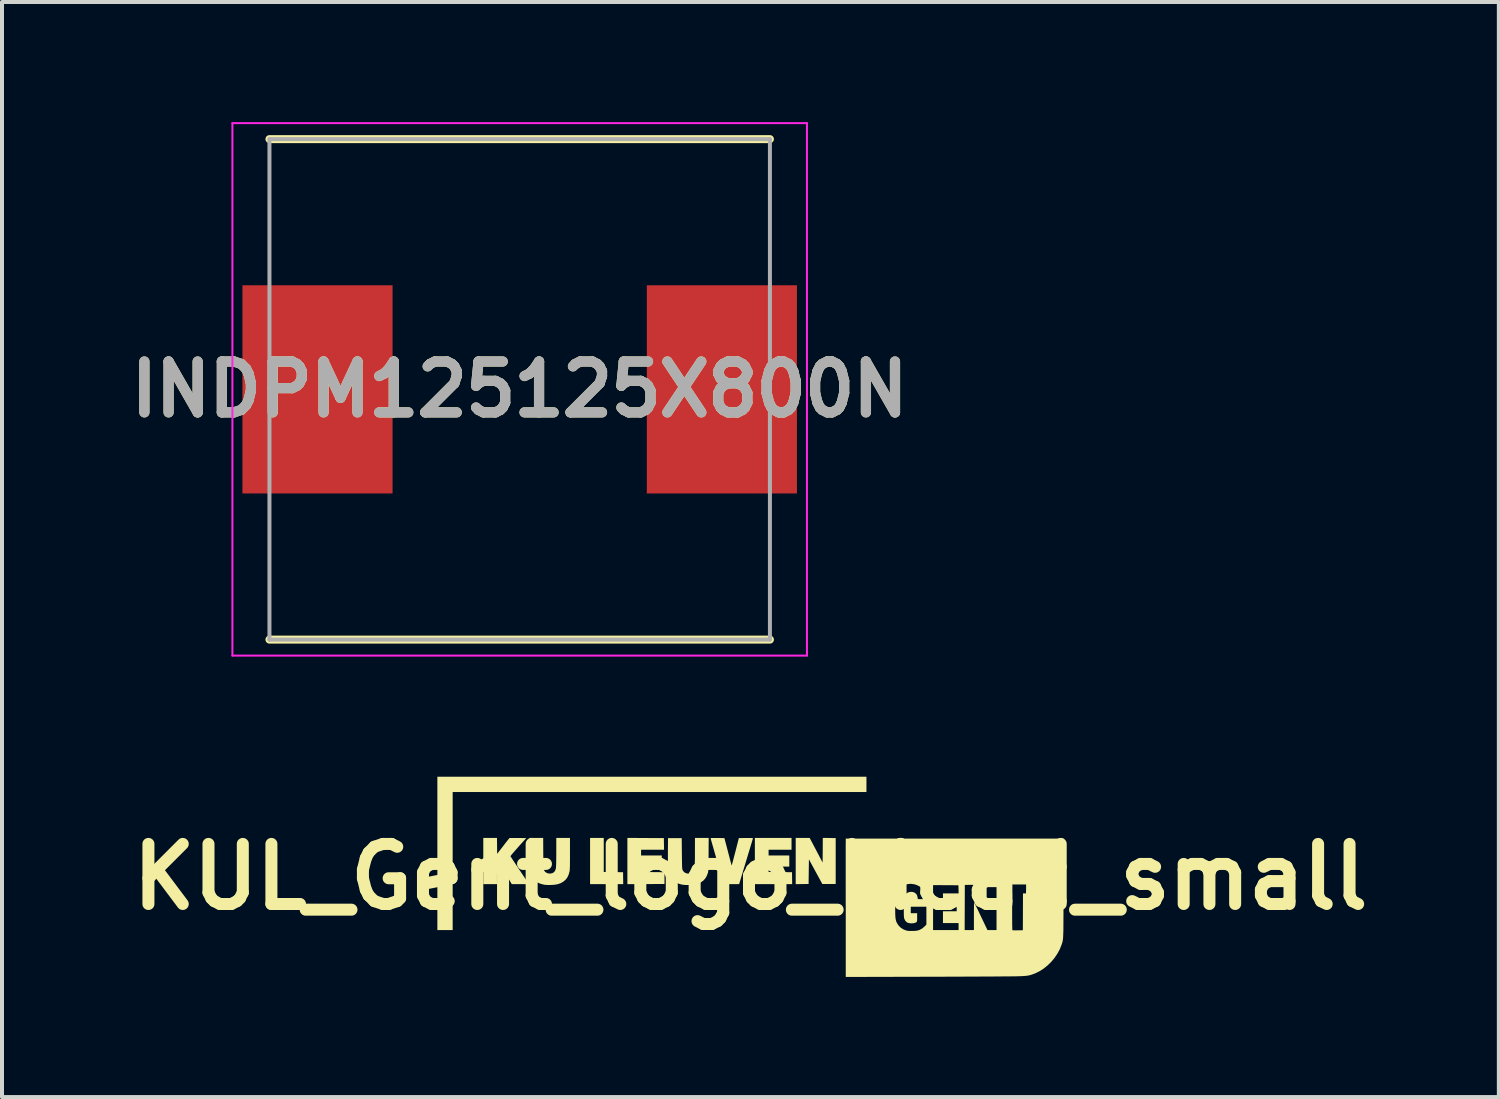
<source format=kicad_pcb>
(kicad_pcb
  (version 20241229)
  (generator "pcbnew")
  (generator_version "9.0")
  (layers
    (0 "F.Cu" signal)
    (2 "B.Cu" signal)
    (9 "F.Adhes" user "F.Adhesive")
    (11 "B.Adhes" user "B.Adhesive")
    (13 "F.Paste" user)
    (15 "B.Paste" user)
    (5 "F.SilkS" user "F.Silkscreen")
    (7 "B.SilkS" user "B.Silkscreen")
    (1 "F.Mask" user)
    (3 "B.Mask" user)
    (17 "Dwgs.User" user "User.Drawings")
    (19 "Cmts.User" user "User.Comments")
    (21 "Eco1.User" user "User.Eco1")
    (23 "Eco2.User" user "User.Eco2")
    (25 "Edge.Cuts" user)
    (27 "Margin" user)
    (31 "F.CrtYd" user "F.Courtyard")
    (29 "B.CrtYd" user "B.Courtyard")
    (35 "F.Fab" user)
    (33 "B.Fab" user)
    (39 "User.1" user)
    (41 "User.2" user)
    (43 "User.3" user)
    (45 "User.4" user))
  (footprint "KUL_Gent_logo_kicad_small"
    (layer "F.Cu")
    (at 15.693 18.85)
    (property "Reference" "KUL_Gent_logo_kicad_small" (at 0 0 0) (layer "F.SilkS") (effects (font (size 1.5 1.5) (thickness 0.3))))
    (attr board_only exclude_from_pos_files exclude_from_bom)
    (fp_poly (pts (xy -3.663 -0.546) (xy -3.663 -0.12) (xy -3.422 -0.118) (xy -3.181 -0.115) (xy -3.179 0.034) (xy -3.177 0.183) (xy -3.591 0.183) (xy -4.005 0.183) (xy -4.005 -0.394) (xy -4.005 -0.971) (xy -3.834 -0.971) (xy -3.663 -0.971)) (stroke (width 0) (type solid)) (fill yes) (layer "F.SilkS"))
    (fp_poly (pts (xy 2.898 -2.309) (xy 2.898 -2.118) (xy -2.269 -2.118) (xy -7.437 -2.118) (xy -7.437 -0.394) (xy -7.437 1.33) (xy -7.628 1.33) (xy -7.819 1.33) (xy -7.819 -0.585) (xy -7.819 -2.5) (xy -2.46 -2.5) (xy 2.898 -2.5)) (stroke (width 0) (type solid)) (fill yes) (layer "F.SilkS"))
    (fp_poly (pts (xy 1.969 -0.97) (xy 2.13 -0.967) (xy 2.13 -0.394) (xy 2.13 0.179) (xy 1.963 0.179) (xy 1.796 0.179) (xy 1.628 -0.129) (xy 1.461 -0.436) (xy 1.457 -0.129) (xy 1.453 0.179) (xy 1.292 0.181) (xy 1.131 0.183) (xy 1.131 -0.394) (xy 1.131 -0.971) (xy 1.305 -0.971) (xy 1.48 -0.971) (xy 1.642 -0.664) (xy 1.803 -0.356) (xy 1.806 -0.664) (xy 1.808 -0.972)) (stroke (width 0) (type solid)) (fill yes) (layer "F.SilkS"))
    (fp_poly (pts (xy -2.618 -0.969) (xy -2.162 -0.967) (xy -2.16 -0.822) (xy -2.157 -0.677) (xy -2.444 -0.677) (xy -2.731 -0.677) (xy -2.731 -0.605) (xy -2.731 -0.533) (xy -2.472 -0.533) (xy -2.214 -0.533) (xy -2.214 -0.394) (xy -2.214 -0.255) (xy -2.472 -0.255) (xy -2.731 -0.255) (xy -2.731 -0.187) (xy -2.731 -0.12) (xy -2.438 -0.118) (xy -2.146 -0.115) (xy -2.146 0.032) (xy -2.146 0.179) (xy -2.61 0.181) (xy -3.073 0.183) (xy -3.073 -0.394) (xy -3.073 -0.972)) (stroke (width 0) (type solid)) (fill yes) (layer "F.SilkS"))
    (fp_poly (pts (xy 1.027 -0.824) (xy 1.027 -0.677) (xy 0.741 -0.677) (xy 0.454 -0.677) (xy 0.454 -0.605) (xy 0.454 -0.533) (xy 0.713 -0.533) (xy 0.971 -0.533) (xy 0.971 -0.394) (xy 0.971 -0.255) (xy 0.713 -0.255) (xy 0.454 -0.255) (xy 0.454 -0.187) (xy 0.454 -0.12) (xy 0.746 -0.118) (xy 1.039 -0.115) (xy 1.041 0.034) (xy 1.043 0.183) (xy 0.577 0.183) (xy 0.111 0.183) (xy 0.111 -0.394) (xy 0.111 -0.971) (xy 0.569 -0.971) (xy 1.027 -0.971)) (stroke (width 0) (type solid)) (fill yes) (layer "F.SilkS"))
    (fp_poly (pts (xy 0.021 -0.97) (xy 0.042 -0.969) (xy 0.055 -0.967) (xy 0.061 -0.965) (xy 0.062 -0.961) (xy 0.062 -0.958) (xy 0.059 -0.948) (xy 0.052 -0.924) (xy 0.041 -0.888) (xy 0.027 -0.839) (xy 0.009 -0.781) (xy -0.011 -0.713) (xy -0.034 -0.638) (xy -0.059 -0.556) (xy -0.085 -0.468) (xy -0.112 -0.38) (xy -0.282 0.183) (xy -0.474 0.183) (xy -0.665 0.183) (xy -0.83 -0.388) (xy -0.857 -0.48) (xy -0.882 -0.568) (xy -0.906 -0.65) (xy -0.927 -0.725) (xy -0.947 -0.793) (xy -0.963 -0.851) (xy -0.977 -0.898) (xy -0.987 -0.934) (xy -0.993 -0.957) (xy -0.995 -0.966) (xy -0.995 -0.966) (xy -0.988 -0.967) (xy -0.967 -0.969) (xy -0.934 -0.97) (xy -0.892 -0.97) (xy -0.844 -0.97) (xy -0.822 -0.97) (xy -0.65 -0.967) (xy -0.56 -0.627) (xy -0.542 -0.556) (xy -0.524 -0.489) (xy -0.509 -0.43) (xy -0.495 -0.378) (xy -0.484 -0.336) (xy -0.475 -0.305) (xy -0.47 -0.287) (xy -0.468 -0.283) (xy -0.466 -0.289) (xy -0.46 -0.31) (xy -0.451 -0.343) (xy -0.439 -0.387) (xy -0.425 -0.44) (xy -0.409 -0.501) (xy -0.391 -0.569) (xy -0.377 -0.623) (xy -0.289 -0.967) (xy -0.112 -0.97) (xy -0.054 -0.97) (xy -0.011 -0.97)) (stroke (width 0) (type solid)) (fill yes) (layer "F.SilkS"))
    (fp_poly (pts (xy -6.328 -0.773) (xy -6.326 -0.574) (xy -6.175 -0.769) (xy -6.138 -0.818) (xy -6.103 -0.862) (xy -6.073 -0.901) (xy -6.047 -0.932) (xy -6.029 -0.955) (xy -6.018 -0.967) (xy -6.016 -0.968) (xy -6.006 -0.969) (xy -5.982 -0.97) (xy -5.947 -0.97) (xy -5.903 -0.97) (xy -5.851 -0.97) (xy -5.803 -0.97) (xy -5.599 -0.967) (xy -5.798 -0.746) (xy -5.846 -0.691) (xy -5.889 -0.642) (xy -5.926 -0.599) (xy -5.956 -0.564) (xy -5.978 -0.537) (xy -5.99 -0.52) (xy -5.993 -0.514) (xy -5.988 -0.505) (xy -5.975 -0.485) (xy -5.954 -0.454) (xy -5.928 -0.413) (xy -5.896 -0.365) (xy -5.859 -0.309) (xy -5.819 -0.249) (xy -5.776 -0.184) (xy -5.767 -0.17) (xy -5.723 -0.104) (xy -5.682 -0.043) (xy -5.645 0.013) (xy -5.611 0.063) (xy -5.583 0.106) (xy -5.562 0.139) (xy -5.547 0.161) (xy -5.539 0.172) (xy -5.539 0.173) (xy -5.54 0.176) (xy -5.549 0.179) (xy -5.567 0.18) (xy -5.595 0.182) (xy -5.635 0.183) (xy -5.688 0.183) (xy -5.746 0.183) (xy -5.96 0.183) (xy -6.095 -0.04) (xy -6.128 -0.093) (xy -6.158 -0.142) (xy -6.185 -0.184) (xy -6.207 -0.219) (xy -6.223 -0.244) (xy -6.233 -0.258) (xy -6.235 -0.26) (xy -6.242 -0.254) (xy -6.257 -0.239) (xy -6.277 -0.217) (xy -6.285 -0.208) (xy -6.33 -0.157) (xy -6.33 0.013) (xy -6.33 0.183) (xy -6.501 0.183) (xy -6.672 0.183) (xy -6.672 -0.394) (xy -6.672 -0.971) (xy -6.501 -0.971) (xy -6.33 -0.971)) (stroke (width 0) (type solid)) (fill yes) (layer "F.SilkS"))
    (fp_poly (pts (xy -5.174 -0.587) (xy -5.173 -0.498) (xy -5.173 -0.424) (xy -5.172 -0.363) (xy -5.171 -0.313) (xy -5.17 -0.274) (xy -5.169 -0.243) (xy -5.167 -0.219) (xy -5.165 -0.202) (xy -5.163 -0.188) (xy -5.16 -0.178) (xy -5.157 -0.169) (xy -5.131 -0.129) (xy -5.095 -0.101) (xy -5.051 -0.085) (xy -5 -0.081) (xy -4.99 -0.082) (xy -4.942 -0.094) (xy -4.906 -0.117) (xy -4.879 -0.151) (xy -4.862 -0.198) (xy -4.858 -0.218) (xy -4.856 -0.24) (xy -4.854 -0.277) (xy -4.852 -0.328) (xy -4.851 -0.392) (xy -4.85 -0.468) (xy -4.849 -0.555) (xy -4.849 -0.62) (xy -4.849 -0.971) (xy -4.678 -0.971) (xy -4.507 -0.971) (xy -4.507 -0.582) (xy -4.507 -0.487) (xy -4.507 -0.407) (xy -4.508 -0.34) (xy -4.508 -0.285) (xy -4.51 -0.239) (xy -4.511 -0.203) (xy -4.513 -0.174) (xy -4.515 -0.151) (xy -4.518 -0.133) (xy -4.519 -0.131) (xy -4.541 -0.051) (xy -4.574 0.018) (xy -4.619 0.076) (xy -4.676 0.123) (xy -4.745 0.161) (xy -4.809 0.183) (xy -4.853 0.192) (xy -4.907 0.199) (xy -4.967 0.203) (xy -5.029 0.205) (xy -5.088 0.203) (xy -5.139 0.199) (xy -5.157 0.196) (xy -5.242 0.174) (xy -5.314 0.144) (xy -5.375 0.105) (xy -5.424 0.056) (xy -5.464 -0.004) (xy -5.469 -0.013) (xy -5.479 -0.035) (xy -5.488 -0.055) (xy -5.495 -0.077) (xy -5.501 -0.101) (xy -5.506 -0.128) (xy -5.51 -0.161) (xy -5.513 -0.2) (xy -5.515 -0.248) (xy -5.517 -0.305) (xy -5.517 -0.373) (xy -5.518 -0.454) (xy -5.518 -0.549) (xy -5.518 -0.577) (xy -5.518 -0.971) (xy -5.347 -0.971) (xy -5.176 -0.971)) (stroke (width 0) (type solid)) (fill yes) (layer "F.SilkS"))
    (fp_poly (pts (xy -1.045 -0.559) (xy -1.046 -0.466) (xy -1.046 -0.387) (xy -1.047 -0.321) (xy -1.048 -0.267) (xy -1.049 -0.223) (xy -1.051 -0.188) (xy -1.052 -0.161) (xy -1.054 -0.139) (xy -1.057 -0.122) (xy -1.059 -0.108) (xy -1.062 -0.1) (xy -1.09 -0.022) (xy -1.129 0.043) (xy -1.178 0.096) (xy -1.238 0.139) (xy -1.31 0.171) (xy -1.34 0.181) (xy -1.388 0.192) (xy -1.448 0.2) (xy -1.513 0.204) (xy -1.58 0.205) (xy -1.643 0.203) (xy -1.698 0.196) (xy -1.708 0.195) (xy -1.783 0.175) (xy -1.851 0.145) (xy -1.911 0.106) (xy -1.96 0.061) (xy -1.978 0.037) (xy -1.996 0.01) (xy -2.01 -0.017) (xy -2.023 -0.046) (xy -2.033 -0.078) (xy -2.042 -0.115) (xy -2.049 -0.158) (xy -2.054 -0.208) (xy -2.057 -0.267) (xy -2.06 -0.337) (xy -2.061 -0.417) (xy -2.061 -0.511) (xy -2.061 -0.619) (xy -2.061 -0.629) (xy -2.058 -0.967) (xy -1.887 -0.967) (xy -1.716 -0.967) (xy -1.712 -0.581) (xy -1.711 -0.493) (xy -1.71 -0.419) (xy -1.709 -0.358) (xy -1.708 -0.309) (xy -1.707 -0.27) (xy -1.706 -0.239) (xy -1.704 -0.216) (xy -1.703 -0.199) (xy -1.7 -0.187) (xy -1.697 -0.177) (xy -1.694 -0.169) (xy -1.69 -0.162) (xy -1.661 -0.122) (xy -1.623 -0.096) (xy -1.576 -0.082) (xy -1.526 -0.082) (xy -1.482 -0.093) (xy -1.448 -0.114) (xy -1.422 -0.145) (xy -1.404 -0.19) (xy -1.393 -0.248) (xy -1.393 -0.249) (xy -1.391 -0.272) (xy -1.39 -0.308) (xy -1.389 -0.356) (xy -1.387 -0.413) (xy -1.386 -0.478) (xy -1.386 -0.548) (xy -1.386 -0.621) (xy -1.386 -0.643) (xy -1.385 -0.971) (xy -1.214 -0.971) (xy -1.042 -0.971)) (stroke (width 0) (type solid)) (fill yes) (layer "F.SilkS"))
    (fp_poly (pts (xy 7.819 0.266) (xy 7.819 0.433) (xy 7.819 0.585) (xy 7.819 0.723) (xy 7.819 0.848) (xy 7.819 0.959) (xy 7.818 1.059) (xy 7.818 1.148) (xy 7.817 1.226) (xy 7.817 1.295) (xy 7.816 1.355) (xy 7.814 1.407) (xy 7.813 1.451) (xy 7.811 1.49) (xy 7.809 1.523) (xy 7.807 1.551) (xy 7.804 1.575) (xy 7.8 1.596) (xy 7.797 1.614) (xy 7.793 1.631) (xy 7.788 1.647) (xy 7.783 1.663) (xy 7.777 1.68) (xy 7.771 1.698) (xy 7.726 1.811) (xy 7.666 1.921) (xy 7.596 2.025) (xy 7.514 2.123) (xy 7.424 2.211) (xy 7.327 2.29) (xy 7.225 2.356) (xy 7.119 2.408) (xy 7.114 2.41) (xy 7.069 2.428) (xy 7.028 2.442) (xy 6.99 2.454) (xy 6.951 2.463) (xy 6.91 2.47) (xy 6.863 2.475) (xy 6.808 2.479) (xy 6.742 2.482) (xy 6.665 2.484) (xy 6.635 2.485) (xy 6.591 2.485) (xy 6.533 2.486) (xy 6.461 2.487) (xy 6.376 2.487) (xy 6.279 2.488) (xy 6.17 2.489) (xy 6.052 2.49) (xy 5.923 2.49) (xy 5.786 2.491) (xy 5.64 2.492) (xy 5.487 2.492) (xy 5.327 2.493) (xy 5.162 2.494) (xy 4.992 2.494) (xy 4.817 2.495) (xy 4.638 2.495) (xy 4.457 2.496) (xy 4.405 2.496) (xy 2.381 2.501) (xy 2.381 0.792) (xy 3.616 0.792) (xy 3.616 0.865) (xy 3.617 0.925) (xy 3.619 0.975) (xy 3.622 1.016) (xy 3.626 1.05) (xy 3.632 1.079) (xy 3.639 1.105) (xy 3.648 1.129) (xy 3.659 1.152) (xy 3.697 1.212) (xy 3.747 1.264) (xy 3.807 1.306) (xy 3.874 1.335) (xy 3.925 1.348) (xy 3.953 1.351) (xy 3.991 1.352) (xy 4.035 1.352) (xy 4.08 1.351) (xy 4.121 1.349) (xy 4.153 1.346) (xy 4.161 1.345) (xy 4.227 1.325) (xy 4.288 1.292) (xy 4.345 1.244) (xy 4.345 1.244) (xy 4.395 1.195) (xy 4.395 0.972) (xy 4.395 0.748) (xy 4.2 0.748) (xy 4.005 0.748) (xy 4.005 0.828) (xy 4.005 0.908) (xy 4.085 0.908) (xy 4.164 0.908) (xy 4.164 1.011) (xy 4.164 1.054) (xy 4.163 1.085) (xy 4.161 1.105) (xy 4.157 1.118) (xy 4.152 1.127) (xy 4.149 1.13) (xy 4.121 1.147) (xy 4.079 1.158) (xy 4.024 1.162) (xy 4.017 1.162) (xy 3.96 1.157) (xy 3.914 1.14) (xy 3.879 1.111) (xy 3.853 1.07) (xy 3.841 1.039) (xy 3.838 1.024) (xy 3.835 1.006) (xy 3.833 0.983) (xy 3.832 0.953) (xy 3.831 0.914) (xy 3.831 0.865) (xy 3.831 0.802) (xy 3.831 0.746) (xy 3.834 0.496) (xy 3.858 0.457) (xy 3.89 0.42) (xy 3.932 0.393) (xy 3.98 0.378) (xy 4.032 0.375) (xy 4.066 0.382) (xy 4.109 0.4) (xy 4.142 0.429) (xy 4.164 0.469) (xy 4.176 0.52) (xy 4.182 0.557) (xy 4.289 0.557) (xy 4.335 0.557) (xy 4.368 0.556) (xy 4.388 0.552) (xy 4.399 0.544) (xy 4.403 0.531) (xy 4.401 0.511) (xy 4.396 0.487) (xy 4.374 0.416) (xy 4.339 0.352) (xy 4.292 0.296) (xy 4.236 0.248) (xy 4.171 0.212) (xy 4.156 0.207) (xy 4.562 0.207) (xy 4.562 0.768) (xy 4.562 1.33) (xy 4.881 1.33) (xy 5.199 1.33) (xy 5.351 1.33) (xy 5.466 1.33) (xy 5.582 1.33) (xy 5.582 0.983) (xy 5.582 0.91) (xy 5.582 0.843) (xy 5.583 0.783) (xy 5.584 0.731) (xy 5.585 0.69) (xy 5.586 0.66) (xy 5.587 0.643) (xy 5.588 0.64) (xy 5.593 0.648) (xy 5.603 0.669) (xy 5.62 0.701) (xy 5.64 0.743) (xy 5.665 0.795) (xy 5.694 0.853) (xy 5.724 0.918) (xy 5.757 0.986) (xy 5.757 0.987) (xy 5.92 1.33) (xy 6.033 1.33) (xy 6.147 1.33) (xy 6.147 0.768) (xy 6.147 0.207) (xy 6.024 0.207) (xy 5.9 0.207) (xy 5.9 0.523) (xy 5.9 0.595) (xy 5.899 0.661) (xy 5.899 0.718) (xy 5.898 0.765) (xy 5.896 0.8) (xy 5.895 0.823) (xy 5.893 0.832) (xy 5.893 0.832) (xy 5.888 0.823) (xy 5.878 0.802) (xy 5.862 0.769) (xy 5.841 0.726) (xy 5.817 0.675) (xy 5.79 0.617) (xy 5.76 0.555) (xy 5.745 0.522) (xy 5.714 0.457) (xy 5.686 0.396) (xy 5.66 0.341) (xy 5.637 0.294) (xy 5.618 0.255) (xy 5.605 0.227) (xy 5.597 0.212) (xy 5.595 0.209) (xy 5.587 0.205) (xy 5.57 0.202) (xy 5.543 0.201) (xy 5.502 0.2) (xy 5.471 0.201) (xy 5.355 0.203) (xy 5.353 0.766) (xy 5.351 1.33) (xy 5.199 1.33) (xy 5.199 1.242) (xy 5.199 1.155) (xy 5.004 1.155) (xy 4.809 1.155) (xy 4.809 1.007) (xy 4.809 0.86) (xy 4.98 0.86) (xy 5.152 0.86) (xy 5.152 0.756) (xy 5.152 0.653) (xy 4.98 0.653) (xy 4.809 0.653) (xy 4.809 0.533) (xy 4.809 0.414) (xy 5.005 0.414) (xy 5.2 0.414) (xy 5.198 0.313) (xy 5.195 0.211) (xy 4.879 0.209) (xy 4.562 0.207) (xy 4.156 0.207) (xy 4.11 0.191) (xy 6.282 0.191) (xy 6.282 0.303) (xy 6.282 0.414) (xy 6.41 0.414) (xy 6.537 0.414) (xy 6.537 0.871) (xy 6.537 0.954) (xy 6.537 1.033) (xy 6.538 1.106) (xy 6.538 1.171) (xy 6.539 1.227) (xy 6.54 1.273) (xy 6.541 1.307) (xy 6.542 1.327) (xy 6.543 1.333) (xy 6.552 1.334) (xy 6.575 1.336) (xy 6.607 1.336) (xy 6.648 1.336) (xy 6.676 1.336) (xy 6.804 1.334) (xy 6.806 0.874) (xy 6.808 0.414) (xy 6.939 0.414) (xy 7.071 0.414) (xy 7.071 0.303) (xy 7.071 0.191) (xy 6.676 0.191) (xy 6.282 0.191) (xy 4.11 0.191) (xy 4.099 0.187) (xy 4.023 0.176) (xy 4.001 0.175) (xy 3.93 0.182) (xy 3.861 0.199) (xy 3.795 0.227) (xy 3.736 0.264) (xy 3.687 0.308) (xy 3.649 0.357) (xy 3.641 0.373) (xy 3.619 0.418) (xy 3.616 0.705) (xy 3.616 0.792) (xy 2.381 0.792) (xy 2.381 0.773) (xy 2.381 -0.955) (xy 5.1 -0.955) (xy 7.819 -0.955)) (stroke (width 0) (type solid)) (fill yes) (layer "F.SilkS")))
  (footprint "INDPM125125X800N"
    (layer "F.Cu")
    (at 9.93 6.675)
    (property "Reference" "INDPM125125X800N" (at 0 0 0) (layer "F.SilkS") (effects (font (size 1.27 1.27) (thickness 0.254))))
    (attr smd)
    (fp_line (start -6.25 6.25) (end 6.25 6.25) (stroke (width 0.2) (type solid)) (layer "F.SilkS"))
    (fp_line (start 6.25 -6.25) (end -6.25 -6.25) (stroke (width 0.2) (type solid)) (layer "F.SilkS"))
    (fp_line (start -7.175 -6.65) (end 7.175 -6.65) (stroke (width 0.05) (type solid)) (layer "F.CrtYd"))
    (fp_line (start -7.175 6.65) (end -7.175 -6.65) (stroke (width 0.05) (type solid)) (layer "F.CrtYd"))
    (fp_line (start 7.175 -6.65) (end 7.175 6.65) (stroke (width 0.05) (type solid)) (layer "F.CrtYd"))
    (fp_line (start 7.175 6.65) (end -7.175 6.65) (stroke (width 0.05) (type solid)) (layer "F.CrtYd"))
    (fp_line (start -6.25 -6.25) (end 6.25 -6.25) (stroke (width 0.1) (type solid)) (layer "F.Fab"))
    (fp_line (start -6.25 6.25) (end -6.25 -6.25) (stroke (width 0.1) (type solid)) (layer "F.Fab"))
    (fp_line (start 6.25 -6.25) (end 6.25 6.25) (stroke (width 0.1) (type solid)) (layer "F.Fab"))
    (fp_line (start 6.25 6.25) (end -6.25 6.25) (stroke (width 0.1) (type solid)) (layer "F.Fab"))
    (fp_text user "${REFERENCE}" (at 0 0 0) (layer "F.Fab") (effects (font (size 1.27 1.27) (thickness 0.254))))
    (pad "1" smd rect (at -5.05 0) (size 3.75 5.2) (layers "F.Cu" "F.Mask" "F.Paste"))
    (pad "2" smd rect (at 5.05 0) (size 3.75 5.2) (layers "F.Cu" "F.Mask" "F.Paste")))
  (gr_rect
    (start -3 -3)
    (end 34.386 24.351)
    (stroke (width 0.1) (type default))
    (fill no)
    (layer "Edge.Cuts")))
</source>
